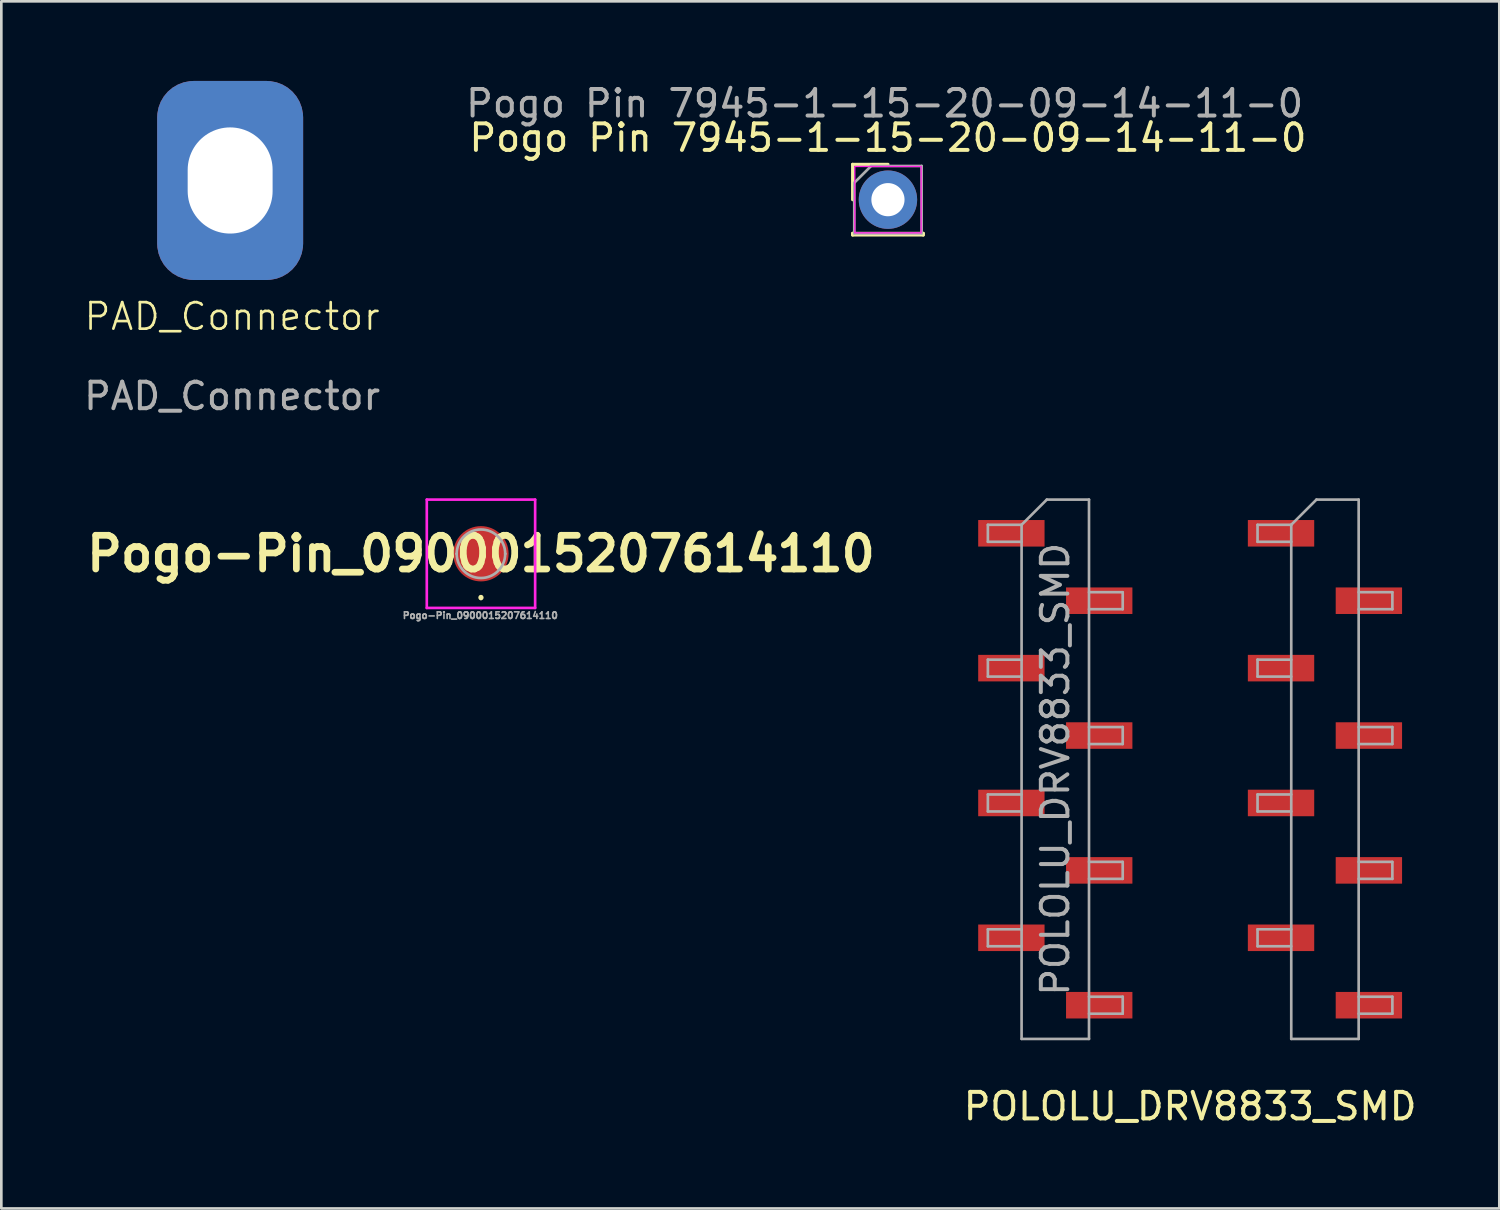
<source format=kicad_pcb>
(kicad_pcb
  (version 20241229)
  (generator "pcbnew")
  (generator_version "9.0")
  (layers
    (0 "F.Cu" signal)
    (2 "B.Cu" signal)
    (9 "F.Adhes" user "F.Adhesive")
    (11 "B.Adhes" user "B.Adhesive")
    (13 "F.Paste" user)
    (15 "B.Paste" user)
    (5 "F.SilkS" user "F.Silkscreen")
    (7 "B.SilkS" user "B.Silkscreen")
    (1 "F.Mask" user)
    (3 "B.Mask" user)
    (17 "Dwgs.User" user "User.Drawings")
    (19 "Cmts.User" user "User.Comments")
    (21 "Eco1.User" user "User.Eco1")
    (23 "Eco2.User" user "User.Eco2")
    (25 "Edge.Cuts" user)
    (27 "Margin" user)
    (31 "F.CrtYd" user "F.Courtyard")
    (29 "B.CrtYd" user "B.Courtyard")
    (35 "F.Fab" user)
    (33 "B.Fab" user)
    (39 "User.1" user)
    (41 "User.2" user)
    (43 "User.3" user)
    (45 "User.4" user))
  (footprint "Pogo Pin 7945-1-15-20-09-14-11-0"
    (layer "F.Cu")
    (at 30.405 4.473)
    (property "Reference" "Pogo Pin 7945-1-15-20-09-14-11-0" (at 0 -2.33 0) (layer "F.SilkS") (effects (font (size 1 1) (thickness 0.15))))
    (attr through_hole)
    (fp_line (start -1.33 -1.33) (end 0 -1.33) (stroke (width 0.12) (type solid)) (layer "F.SilkS"))
    (fp_line (start -1.33 0) (end -1.33 -1.33) (stroke (width 0.12) (type solid)) (layer "F.SilkS"))
    (fp_line (start -1.33 1.27) (end -1.33 1.33) (stroke (width 0.12) (type solid)) (layer "F.SilkS"))
    (fp_line (start -1.33 1.27) (end 1.33 1.27) (stroke (width 0.12) (type solid)) (layer "F.SilkS"))
    (fp_line (start -1.33 1.33) (end 1.33 1.33) (stroke (width 0.12) (type solid)) (layer "F.SilkS"))
    (fp_line (start 1.33 1.27) (end 1.33 1.33) (stroke (width 0.12) (type solid)) (layer "F.SilkS"))
    (fp_rect (start -1.25 -1.25) (end 1.25 1.25) (stroke (width 0.05) (type default)) (fill no) (layer "F.CrtYd"))
    (fp_line (start -1.27 -0.635) (end -0.635 -1.27) (stroke (width 0.1) (type solid)) (layer "F.Fab"))
    (fp_line (start -1.27 1.27) (end -1.27 -0.635) (stroke (width 0.1) (type solid)) (layer "F.Fab"))
    (fp_line (start -0.635 -1.27) (end 1.27 -1.27) (stroke (width 0.1) (type solid)) (layer "F.Fab"))
    (fp_line (start 1.27 -1.27) (end 1.27 1.27) (stroke (width 0.1) (type solid)) (layer "F.Fab"))
    (fp_line (start 1.27 1.27) (end -1.27 1.27) (stroke (width 0.1) (type solid)) (layer "F.Fab"))
    (fp_text user "${REFERENCE}" (at -0.125 -3.625 180) (layer "F.Fab") (effects (font (size 1 1) (thickness 0.15))))
    (pad "1" thru_hole circle (at 0 0) (size 2.2 2.2) (drill 1.25) (layers "*.Cu" "*.Mask")))
  (footprint "POLOLU_DRV8833_SMD"
    (layer "F.Cu")
    (at 36.71 25.933)
    (property "Reference" "POLOLU_DRV8833_SMD" (at 5.08 12.7 0) (layer "F.SilkS") (effects (font (size 1 1) (thickness 0.15))))
    (attr smd)
    (fp_line (start -2.54 -9.21) (end -2.54 -8.57) (stroke (width 0.1) (type solid)) (layer "F.Fab"))
    (fp_line (start -2.54 -8.57) (end -1.27 -8.57) (stroke (width 0.1) (type solid)) (layer "F.Fab"))
    (fp_line (start -2.54 -4.13) (end -2.54 -3.49) (stroke (width 0.1) (type solid)) (layer "F.Fab"))
    (fp_line (start -2.54 -3.49) (end -1.27 -3.49) (stroke (width 0.1) (type solid)) (layer "F.Fab"))
    (fp_line (start -2.54 0.95) (end -2.54 1.59) (stroke (width 0.1) (type solid)) (layer "F.Fab"))
    (fp_line (start -2.54 1.59) (end -1.27 1.59) (stroke (width 0.1) (type solid)) (layer "F.Fab"))
    (fp_line (start -2.54 6.03) (end -2.54 6.67) (stroke (width 0.1) (type solid)) (layer "F.Fab"))
    (fp_line (start -2.54 6.67) (end -1.27 6.67) (stroke (width 0.1) (type solid)) (layer "F.Fab"))
    (fp_line (start -1.27 -9.21) (end -2.54 -9.21) (stroke (width 0.1) (type solid)) (layer "F.Fab"))
    (fp_line (start -1.27 -9.21) (end -0.32 -10.16) (stroke (width 0.1) (type solid)) (layer "F.Fab"))
    (fp_line (start -1.27 -4.13) (end -2.54 -4.13) (stroke (width 0.1) (type solid)) (layer "F.Fab"))
    (fp_line (start -1.27 0.95) (end -2.54 0.95) (stroke (width 0.1) (type solid)) (layer "F.Fab"))
    (fp_line (start -1.27 6.03) (end -2.54 6.03) (stroke (width 0.1) (type solid)) (layer "F.Fab"))
    (fp_line (start -1.27 10.16) (end -1.27 -9.21) (stroke (width 0.1) (type solid)) (layer "F.Fab"))
    (fp_line (start -0.32 -10.16) (end 1.27 -10.16) (stroke (width 0.1) (type solid)) (layer "F.Fab"))
    (fp_line (start 1.27 -10.16) (end 1.27 10.16) (stroke (width 0.1) (type solid)) (layer "F.Fab"))
    (fp_line (start 1.27 -6.67) (end 2.54 -6.67) (stroke (width 0.1) (type solid)) (layer "F.Fab"))
    (fp_line (start 1.27 -1.59) (end 2.54 -1.59) (stroke (width 0.1) (type solid)) (layer "F.Fab"))
    (fp_line (start 1.27 3.49) (end 2.54 3.49) (stroke (width 0.1) (type solid)) (layer "F.Fab"))
    (fp_line (start 1.27 8.57) (end 2.54 8.57) (stroke (width 0.1) (type solid)) (layer "F.Fab"))
    (fp_line (start 1.27 10.16) (end -1.27 10.16) (stroke (width 0.1) (type solid)) (layer "F.Fab"))
    (fp_line (start 2.54 -6.67) (end 2.54 -6.03) (stroke (width 0.1) (type solid)) (layer "F.Fab"))
    (fp_line (start 2.54 -6.03) (end 1.27 -6.03) (stroke (width 0.1) (type solid)) (layer "F.Fab"))
    (fp_line (start 2.54 -1.59) (end 2.54 -0.95) (stroke (width 0.1) (type solid)) (layer "F.Fab"))
    (fp_line (start 2.54 -0.95) (end 1.27 -0.95) (stroke (width 0.1) (type solid)) (layer "F.Fab"))
    (fp_line (start 2.54 3.49) (end 2.54 4.13) (stroke (width 0.1) (type solid)) (layer "F.Fab"))
    (fp_line (start 2.54 4.13) (end 1.27 4.13) (stroke (width 0.1) (type solid)) (layer "F.Fab"))
    (fp_line (start 2.54 8.57) (end 2.54 9.21) (stroke (width 0.1) (type solid)) (layer "F.Fab"))
    (fp_line (start 2.54 9.21) (end 1.27 9.21) (stroke (width 0.1) (type solid)) (layer "F.Fab"))
    (fp_line (start 7.62 -9.21) (end 7.62 -8.57) (stroke (width 0.1) (type solid)) (layer "F.Fab"))
    (fp_line (start 7.62 -8.57) (end 8.89 -8.57) (stroke (width 0.1) (type solid)) (layer "F.Fab"))
    (fp_line (start 7.62 -4.13) (end 7.62 -3.49) (stroke (width 0.1) (type solid)) (layer "F.Fab"))
    (fp_line (start 7.62 -3.49) (end 8.89 -3.49) (stroke (width 0.1) (type solid)) (layer "F.Fab"))
    (fp_line (start 7.62 0.95) (end 7.62 1.59) (stroke (width 0.1) (type solid)) (layer "F.Fab"))
    (fp_line (start 7.62 1.59) (end 8.89 1.59) (stroke (width 0.1) (type solid)) (layer "F.Fab"))
    (fp_line (start 7.62 6.03) (end 7.62 6.67) (stroke (width 0.1) (type solid)) (layer "F.Fab"))
    (fp_line (start 7.62 6.67) (end 8.89 6.67) (stroke (width 0.1) (type solid)) (layer "F.Fab"))
    (fp_line (start 8.89 -9.21) (end 7.62 -9.21) (stroke (width 0.1) (type solid)) (layer "F.Fab"))
    (fp_line (start 8.89 -9.21) (end 9.84 -10.16) (stroke (width 0.1) (type solid)) (layer "F.Fab"))
    (fp_line (start 8.89 -4.13) (end 7.62 -4.13) (stroke (width 0.1) (type solid)) (layer "F.Fab"))
    (fp_line (start 8.89 0.95) (end 7.62 0.95) (stroke (width 0.1) (type solid)) (layer "F.Fab"))
    (fp_line (start 8.89 6.03) (end 7.62 6.03) (stroke (width 0.1) (type solid)) (layer "F.Fab"))
    (fp_line (start 8.89 10.16) (end 8.89 -9.21) (stroke (width 0.1) (type solid)) (layer "F.Fab"))
    (fp_line (start 9.84 -10.16) (end 11.43 -10.16) (stroke (width 0.1) (type solid)) (layer "F.Fab"))
    (fp_line (start 11.43 -10.16) (end 11.43 10.16) (stroke (width 0.1) (type solid)) (layer "F.Fab"))
    (fp_line (start 11.43 -6.67) (end 12.7 -6.67) (stroke (width 0.1) (type solid)) (layer "F.Fab"))
    (fp_line (start 11.43 -1.59) (end 12.7 -1.59) (stroke (width 0.1) (type solid)) (layer "F.Fab"))
    (fp_line (start 11.43 3.49) (end 12.7 3.49) (stroke (width 0.1) (type solid)) (layer "F.Fab"))
    (fp_line (start 11.43 8.57) (end 12.7 8.57) (stroke (width 0.1) (type solid)) (layer "F.Fab"))
    (fp_line (start 11.43 10.16) (end 8.89 10.16) (stroke (width 0.1) (type solid)) (layer "F.Fab"))
    (fp_line (start 12.7 -6.67) (end 12.7 -6.03) (stroke (width 0.1) (type solid)) (layer "F.Fab"))
    (fp_line (start 12.7 -6.03) (end 11.43 -6.03) (stroke (width 0.1) (type solid)) (layer "F.Fab"))
    (fp_line (start 12.7 -1.59) (end 12.7 -0.95) (stroke (width 0.1) (type solid)) (layer "F.Fab"))
    (fp_line (start 12.7 -0.95) (end 11.43 -0.95) (stroke (width 0.1) (type solid)) (layer "F.Fab"))
    (fp_line (start 12.7 3.49) (end 12.7 4.13) (stroke (width 0.1) (type solid)) (layer "F.Fab"))
    (fp_line (start 12.7 4.13) (end 11.43 4.13) (stroke (width 0.1) (type solid)) (layer "F.Fab"))
    (fp_line (start 12.7 8.57) (end 12.7 9.21) (stroke (width 0.1) (type solid)) (layer "F.Fab"))
    (fp_line (start 12.7 9.21) (end 11.43 9.21) (stroke (width 0.1) (type solid)) (layer "F.Fab"))
    (fp_text user "${REFERENCE}" (at 0 0 90) (layer "F.Fab") (effects (font (size 1 1) (thickness 0.15))))
    (pad "1" smd rect (at -1.655 -8.89) (size 2.5 1) (layers "F.Cu" "F.Mask" "F.Paste"))
    (pad "2" smd rect (at 1.655 -6.35) (size 2.5 1) (layers "F.Cu" "F.Mask" "F.Paste"))
    (pad "3" smd rect (at -1.655 -3.81) (size 2.5 1) (layers "F.Cu" "F.Mask" "F.Paste"))
    (pad "4" smd rect (at 1.655 -1.27) (size 2.5 1) (layers "F.Cu" "F.Mask" "F.Paste"))
    (pad "5" smd rect (at -1.655 1.27) (size 2.5 1) (layers "F.Cu" "F.Mask" "F.Paste"))
    (pad "6" smd rect (at 1.655 3.81) (size 2.5 1) (layers "F.Cu" "F.Mask" "F.Paste"))
    (pad "7" smd rect (at -1.655 6.35) (size 2.5 1) (layers "F.Cu" "F.Mask" "F.Paste"))
    (pad "8" smd rect (at 1.655 8.89) (size 2.5 1) (layers "F.Cu" "F.Mask" "F.Paste"))
    (pad "9" smd rect (at 11.815 8.89) (size 2.5 1) (layers "F.Cu" "F.Mask" "F.Paste"))
    (pad "10" smd rect (at 8.505 6.35) (size 2.5 1) (layers "F.Cu" "F.Mask" "F.Paste"))
    (pad "11" smd rect (at 11.815 3.81) (size 2.5 1) (layers "F.Cu" "F.Mask" "F.Paste"))
    (pad "12" smd rect (at 8.505 1.27) (size 2.5 1) (layers "F.Cu" "F.Mask" "F.Paste"))
    (pad "13" smd rect (at 11.815 -1.27) (size 2.5 1) (layers "F.Cu" "F.Mask" "F.Paste"))
    (pad "14" smd rect (at 8.505 -3.81) (size 2.5 1) (layers "F.Cu" "F.Mask" "F.Paste"))
    (pad "15" smd rect (at 11.815 -6.35) (size 2.5 1) (layers "F.Cu" "F.Mask" "F.Paste"))
    (pad "16" smd rect (at 8.505 -8.89) (size 2.5 1) (layers "F.Cu" "F.Mask" "F.Paste")))
  (footprint "Pogo-Pin_0900015207614110"
    (layer "F.Cu")
    (at 15.071 17.814)
    (property "Reference" "Pogo-Pin_0900015207614110" (at 0 0 0) (layer "F.SilkS") (effects (font (size 1.27 1.27) (thickness 0.254))))
    (attr smd)
    (fp_line (start 0 1.6) (end 0 1.6) (stroke (width 0.1) (type solid)) (layer "F.SilkS"))
    (fp_line (start 0 1.7) (end 0 1.7) (stroke (width 0.1) (type solid)) (layer "F.SilkS"))
    (fp_arc (start 0 1.6) (mid 0.05 1.65) (end 0 1.7) (stroke (width 0.1) (type solid)) (layer "F.SilkS"))
    (fp_arc (start 0 1.7) (mid -0.05 1.65) (end 0 1.6) (stroke (width 0.1) (type solid)) (layer "F.SilkS"))
    (fp_line (start -2.041 -2.041) (end 2.041 -2.041) (stroke (width 0.1) (type solid)) (layer "F.CrtYd"))
    (fp_line (start -2.041 2.041) (end -2.041 -2.041) (stroke (width 0.1) (type solid)) (layer "F.CrtYd"))
    (fp_line (start 2.041 -2.041) (end 2.041 2.041) (stroke (width 0.1) (type solid)) (layer "F.CrtYd"))
    (fp_line (start 2.041 2.041) (end -2.041 2.041) (stroke (width 0.1) (type solid)) (layer "F.CrtYd"))
    (fp_line (start -0.914 0) (end -0.914 0) (stroke (width 0.1) (type solid)) (layer "F.Fab"))
    (fp_line (start 0.914 0) (end 0.914 0) (stroke (width 0.1) (type solid)) (layer "F.Fab"))
    (fp_arc (start -0.914 0) (mid 0 -0.914) (end 0.914 0) (stroke (width 0.1) (type solid)) (layer "F.Fab"))
    (fp_arc (start 0.914 0) (mid 0 0.914) (end -0.914 0) (stroke (width 0.1) (type solid)) (layer "F.Fab"))
    (fp_text user "${REFERENCE}" (at -0.025 2.325 0) (layer "F.Fab") (effects (font (size 0.25 0.25) (thickness 0.062))))
    (pad "1" smd circle (at 0 0 90) (size 2.083 2.083) (layers "F.Cu" "F.Mask" "F.Paste")))
  (footprint "PAD_Connector"
    (layer "F.Cu")
    (at 5.621 3.75)
    (property "Reference" "PAD_Connector" (at 0.075 5.125 0) (unlocked yes) (layer "F.SilkS") (effects (font (size 1 1) (thickness 0.1))))
    (attr through_hole)
    (fp_text user "${REFERENCE}" (at 0.075 8.125 0) (unlocked yes) (layer "F.Fab") (effects (font (size 1 1) (thickness 0.15))))
    (pad "1" thru_hole roundrect (at 0 0) (size 5.5 7.5) (drill oval 3.2 4) (layers "*.Cu" "*.Mask") (roundrect_rratio 0.25)))
  (gr_rect
    (start -3 -3)
    (end 53.439 42.481)
    (stroke (width 0.1) (type default))
    (fill no)
    (layer "Edge.Cuts")))
</source>
